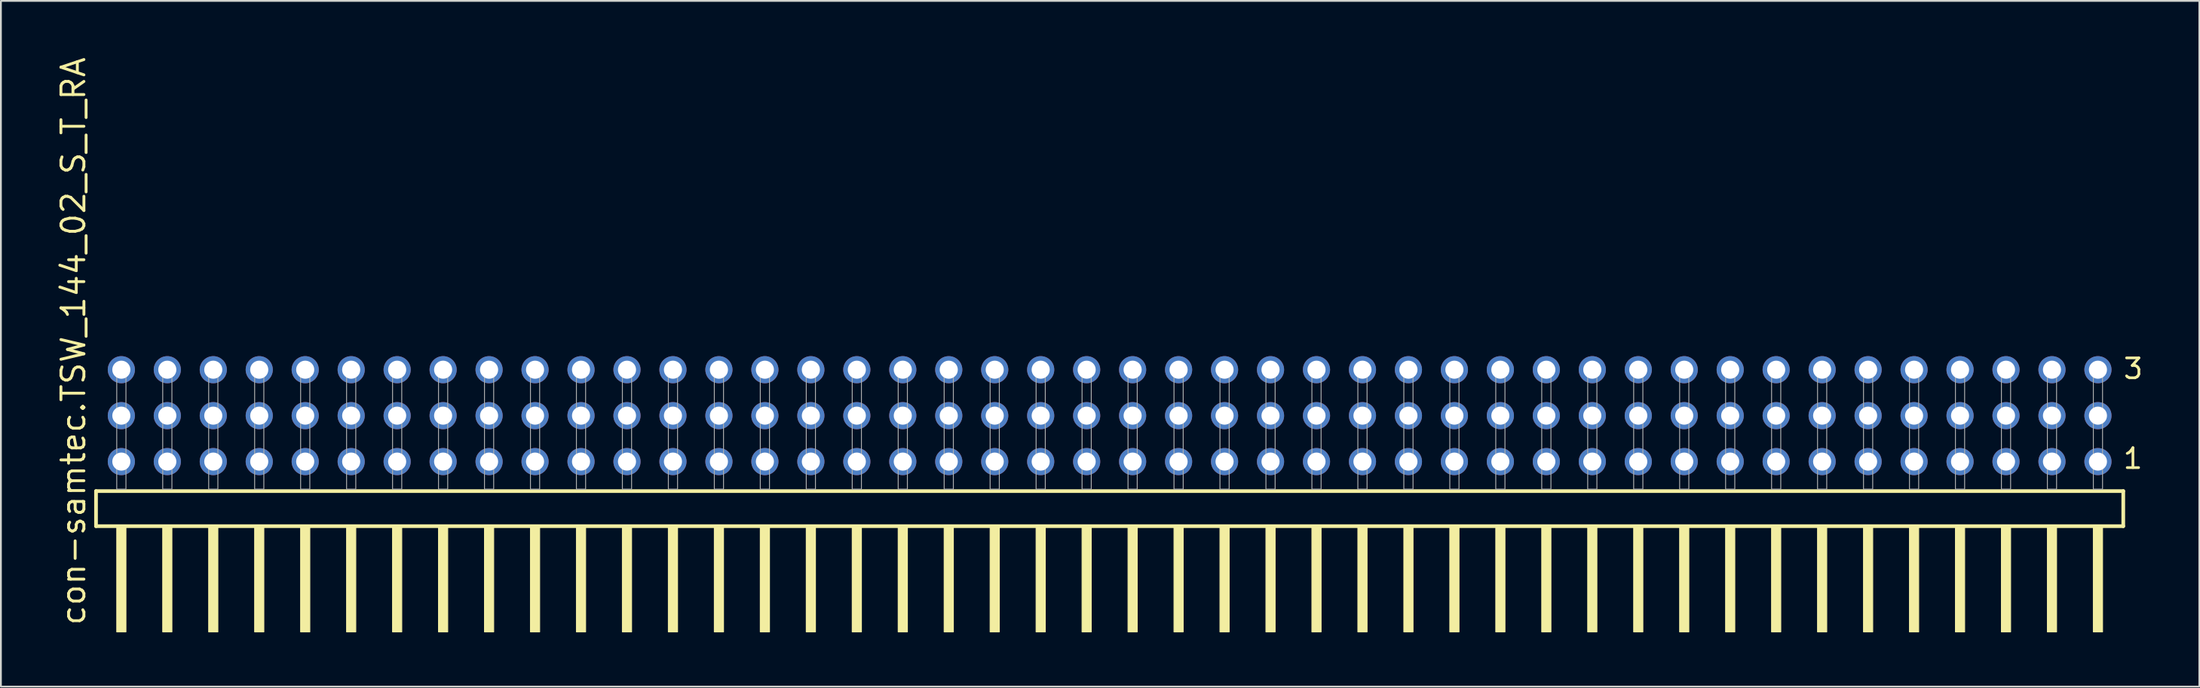
<source format=kicad_pcb>
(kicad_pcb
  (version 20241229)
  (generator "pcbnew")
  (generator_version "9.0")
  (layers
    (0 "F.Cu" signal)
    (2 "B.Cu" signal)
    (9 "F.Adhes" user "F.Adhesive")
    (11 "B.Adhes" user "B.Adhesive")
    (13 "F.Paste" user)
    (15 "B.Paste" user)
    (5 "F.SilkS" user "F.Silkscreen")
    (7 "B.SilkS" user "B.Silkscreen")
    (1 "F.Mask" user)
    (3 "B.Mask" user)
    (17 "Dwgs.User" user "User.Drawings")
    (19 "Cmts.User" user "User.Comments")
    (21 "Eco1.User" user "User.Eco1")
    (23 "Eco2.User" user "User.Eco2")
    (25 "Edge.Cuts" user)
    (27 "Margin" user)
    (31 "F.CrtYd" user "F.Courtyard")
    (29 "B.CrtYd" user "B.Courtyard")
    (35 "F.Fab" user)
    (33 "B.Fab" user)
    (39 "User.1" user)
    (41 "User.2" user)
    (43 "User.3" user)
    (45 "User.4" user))
  (footprint "con-samtec.TSW_144_02_S_T_RA"
    (layer "F.Cu")
    (at 58.265 23.993)
    (property "Reference" "con-samtec.TSW_144_02_S_T_RA" (at -56.515 7.62 90) (layer "F.SilkS") (effects (font (size 1.27 1.27) (thickness 0.16)) (justify left bottom)))
    (attr through_hole)
    (fp_line (start -56.009 0.106) (end -56.009 2.046) (stroke (width 0.203) (type default)) (layer "F.SilkS"))
    (fp_line (start -56.009 2.046) (end 56.009 2.046) (stroke (width 0.203) (type default)) (layer "F.SilkS"))
    (fp_line (start 56.009 0.106) (end -56.009 0.106) (stroke (width 0.203) (type default)) (layer "F.SilkS"))
    (fp_line (start 56.009 2.046) (end 56.009 0.106) (stroke (width 0.203) (type default)) (layer "F.SilkS"))
    (fp_rect (start -54.864 7.89) (end -54.356 2.04) (stroke (width 0.05) (type default)) (fill yes) (layer "F.SilkS"))
    (fp_rect (start -52.324 7.89) (end -51.816 2.04) (stroke (width 0.05) (type default)) (fill yes) (layer "F.SilkS"))
    (fp_rect (start -49.784 7.89) (end -49.276 2.04) (stroke (width 0.05) (type default)) (fill yes) (layer "F.SilkS"))
    (fp_rect (start -47.244 7.89) (end -46.736 2.04) (stroke (width 0.05) (type default)) (fill yes) (layer "F.SilkS"))
    (fp_rect (start -44.704 7.89) (end -44.196 2.04) (stroke (width 0.05) (type default)) (fill yes) (layer "F.SilkS"))
    (fp_rect (start -42.164 7.89) (end -41.656 2.04) (stroke (width 0.05) (type default)) (fill yes) (layer "F.SilkS"))
    (fp_rect (start -39.624 7.89) (end -39.116 2.04) (stroke (width 0.05) (type default)) (fill yes) (layer "F.SilkS"))
    (fp_rect (start -37.084 7.89) (end -36.576 2.04) (stroke (width 0.05) (type default)) (fill yes) (layer "F.SilkS"))
    (fp_rect (start -34.544 7.89) (end -34.036 2.04) (stroke (width 0.05) (type default)) (fill yes) (layer "F.SilkS"))
    (fp_rect (start -32.004 7.89) (end -31.496 2.04) (stroke (width 0.05) (type default)) (fill yes) (layer "F.SilkS"))
    (fp_rect (start -29.464 7.89) (end -28.956 2.04) (stroke (width 0.05) (type default)) (fill yes) (layer "F.SilkS"))
    (fp_rect (start -26.924 7.89) (end -26.416 2.04) (stroke (width 0.05) (type default)) (fill yes) (layer "F.SilkS"))
    (fp_rect (start -24.384 7.89) (end -23.876 2.04) (stroke (width 0.05) (type default)) (fill yes) (layer "F.SilkS"))
    (fp_rect (start -21.844 7.89) (end -21.336 2.04) (stroke (width 0.05) (type default)) (fill yes) (layer "F.SilkS"))
    (fp_rect (start -19.304 7.89) (end -18.796 2.04) (stroke (width 0.05) (type default)) (fill yes) (layer "F.SilkS"))
    (fp_rect (start -16.764 7.89) (end -16.256 2.04) (stroke (width 0.05) (type default)) (fill yes) (layer "F.SilkS"))
    (fp_rect (start -14.224 7.89) (end -13.716 2.04) (stroke (width 0.05) (type default)) (fill yes) (layer "F.SilkS"))
    (fp_rect (start -11.684 7.89) (end -11.176 2.04) (stroke (width 0.05) (type default)) (fill yes) (layer "F.SilkS"))
    (fp_rect (start -9.144 7.89) (end -8.636 2.04) (stroke (width 0.05) (type default)) (fill yes) (layer "F.SilkS"))
    (fp_rect (start -6.604 7.89) (end -6.096 2.04) (stroke (width 0.05) (type default)) (fill yes) (layer "F.SilkS"))
    (fp_rect (start -4.064 7.89) (end -3.556 2.04) (stroke (width 0.05) (type default)) (fill yes) (layer "F.SilkS"))
    (fp_rect (start -1.524 7.89) (end -1.016 2.04) (stroke (width 0.05) (type default)) (fill yes) (layer "F.SilkS"))
    (fp_rect (start 1.016 7.89) (end 1.524 2.04) (stroke (width 0.05) (type default)) (fill yes) (layer "F.SilkS"))
    (fp_rect (start 3.556 7.89) (end 4.064 2.04) (stroke (width 0.05) (type default)) (fill yes) (layer "F.SilkS"))
    (fp_rect (start 6.096 7.89) (end 6.604 2.04) (stroke (width 0.05) (type default)) (fill yes) (layer "F.SilkS"))
    (fp_rect (start 8.636 7.89) (end 9.144 2.04) (stroke (width 0.05) (type default)) (fill yes) (layer "F.SilkS"))
    (fp_rect (start 11.176 7.89) (end 11.684 2.04) (stroke (width 0.05) (type default)) (fill yes) (layer "F.SilkS"))
    (fp_rect (start 13.716 7.89) (end 14.224 2.04) (stroke (width 0.05) (type default)) (fill yes) (layer "F.SilkS"))
    (fp_rect (start 16.256 7.89) (end 16.764 2.04) (stroke (width 0.05) (type default)) (fill yes) (layer "F.SilkS"))
    (fp_rect (start 18.796 7.89) (end 19.304 2.04) (stroke (width 0.05) (type default)) (fill yes) (layer "F.SilkS"))
    (fp_rect (start 21.336 7.89) (end 21.844 2.04) (stroke (width 0.05) (type default)) (fill yes) (layer "F.SilkS"))
    (fp_rect (start 23.876 7.89) (end 24.384 2.04) (stroke (width 0.05) (type default)) (fill yes) (layer "F.SilkS"))
    (fp_rect (start 26.416 7.89) (end 26.924 2.04) (stroke (width 0.05) (type default)) (fill yes) (layer "F.SilkS"))
    (fp_rect (start 28.956 7.89) (end 29.464 2.04) (stroke (width 0.05) (type default)) (fill yes) (layer "F.SilkS"))
    (fp_rect (start 31.496 7.89) (end 32.004 2.04) (stroke (width 0.05) (type default)) (fill yes) (layer "F.SilkS"))
    (fp_rect (start 34.036 7.89) (end 34.544 2.04) (stroke (width 0.05) (type default)) (fill yes) (layer "F.SilkS"))
    (fp_rect (start 36.576 7.89) (end 37.084 2.04) (stroke (width 0.05) (type default)) (fill yes) (layer "F.SilkS"))
    (fp_rect (start 39.116 7.89) (end 39.624 2.04) (stroke (width 0.05) (type default)) (fill yes) (layer "F.SilkS"))
    (fp_rect (start 41.656 7.89) (end 42.164 2.04) (stroke (width 0.05) (type default)) (fill yes) (layer "F.SilkS"))
    (fp_rect (start 44.196 7.89) (end 44.704 2.04) (stroke (width 0.05) (type default)) (fill yes) (layer "F.SilkS"))
    (fp_rect (start 46.736 7.89) (end 47.244 2.04) (stroke (width 0.05) (type default)) (fill yes) (layer "F.SilkS"))
    (fp_rect (start 49.276 7.89) (end 49.784 2.04) (stroke (width 0.05) (type default)) (fill yes) (layer "F.SilkS"))
    (fp_rect (start 51.816 7.89) (end 52.324 2.04) (stroke (width 0.05) (type default)) (fill yes) (layer "F.SilkS"))
    (fp_rect (start 54.356 7.89) (end 54.864 2.04) (stroke (width 0.05) (type default)) (fill yes) (layer "F.SilkS"))
    (fp_rect (start -54.864 0) (end -54.356 -6.858) (stroke (width 0.05) (type default)) (fill no) (layer "F.Fab"))
    (fp_rect (start -52.324 0) (end -51.816 -6.858) (stroke (width 0.05) (type default)) (fill no) (layer "F.Fab"))
    (fp_rect (start -49.784 0) (end -49.276 -6.858) (stroke (width 0.05) (type default)) (fill no) (layer "F.Fab"))
    (fp_rect (start -47.244 0) (end -46.736 -6.858) (stroke (width 0.05) (type default)) (fill no) (layer "F.Fab"))
    (fp_rect (start -44.704 0) (end -44.196 -6.858) (stroke (width 0.05) (type default)) (fill no) (layer "F.Fab"))
    (fp_rect (start -42.164 0) (end -41.656 -6.858) (stroke (width 0.05) (type default)) (fill no) (layer "F.Fab"))
    (fp_rect (start -39.624 0) (end -39.116 -6.858) (stroke (width 0.05) (type default)) (fill no) (layer "F.Fab"))
    (fp_rect (start -37.084 0) (end -36.576 -6.858) (stroke (width 0.05) (type default)) (fill no) (layer "F.Fab"))
    (fp_rect (start -34.544 0) (end -34.036 -6.858) (stroke (width 0.05) (type default)) (fill no) (layer "F.Fab"))
    (fp_rect (start -32.004 0) (end -31.496 -6.858) (stroke (width 0.05) (type default)) (fill no) (layer "F.Fab"))
    (fp_rect (start -29.464 0) (end -28.956 -6.858) (stroke (width 0.05) (type default)) (fill no) (layer "F.Fab"))
    (fp_rect (start -26.924 0) (end -26.416 -6.858) (stroke (width 0.05) (type default)) (fill no) (layer "F.Fab"))
    (fp_rect (start -24.384 0) (end -23.876 -6.858) (stroke (width 0.05) (type default)) (fill no) (layer "F.Fab"))
    (fp_rect (start -21.844 0) (end -21.336 -6.858) (stroke (width 0.05) (type default)) (fill no) (layer "F.Fab"))
    (fp_rect (start -19.304 0) (end -18.796 -6.858) (stroke (width 0.05) (type default)) (fill no) (layer "F.Fab"))
    (fp_rect (start -16.764 0) (end -16.256 -6.858) (stroke (width 0.05) (type default)) (fill no) (layer "F.Fab"))
    (fp_rect (start -14.224 0) (end -13.716 -6.858) (stroke (width 0.05) (type default)) (fill no) (layer "F.Fab"))
    (fp_rect (start -11.684 0) (end -11.176 -6.858) (stroke (width 0.05) (type default)) (fill no) (layer "F.Fab"))
    (fp_rect (start -9.144 0) (end -8.636 -6.858) (stroke (width 0.05) (type default)) (fill no) (layer "F.Fab"))
    (fp_rect (start -6.604 0) (end -6.096 -6.858) (stroke (width 0.05) (type default)) (fill no) (layer "F.Fab"))
    (fp_rect (start -4.064 0) (end -3.556 -6.858) (stroke (width 0.05) (type default)) (fill no) (layer "F.Fab"))
    (fp_rect (start -1.524 0) (end -1.016 -6.858) (stroke (width 0.05) (type default)) (fill no) (layer "F.Fab"))
    (fp_rect (start 1.016 0) (end 1.524 -6.858) (stroke (width 0.05) (type default)) (fill no) (layer "F.Fab"))
    (fp_rect (start 3.556 0) (end 4.064 -6.858) (stroke (width 0.05) (type default)) (fill no) (layer "F.Fab"))
    (fp_rect (start 6.096 0) (end 6.604 -6.858) (stroke (width 0.05) (type default)) (fill no) (layer "F.Fab"))
    (fp_rect (start 8.636 0) (end 9.144 -6.858) (stroke (width 0.05) (type default)) (fill no) (layer "F.Fab"))
    (fp_rect (start 11.176 0) (end 11.684 -6.858) (stroke (width 0.05) (type default)) (fill no) (layer "F.Fab"))
    (fp_rect (start 13.716 0) (end 14.224 -6.858) (stroke (width 0.05) (type default)) (fill no) (layer "F.Fab"))
    (fp_rect (start 16.256 0) (end 16.764 -6.858) (stroke (width 0.05) (type default)) (fill no) (layer "F.Fab"))
    (fp_rect (start 18.796 0) (end 19.304 -6.858) (stroke (width 0.05) (type default)) (fill no) (layer "F.Fab"))
    (fp_rect (start 21.336 0) (end 21.844 -6.858) (stroke (width 0.05) (type default)) (fill no) (layer "F.Fab"))
    (fp_rect (start 23.876 0) (end 24.384 -6.858) (stroke (width 0.05) (type default)) (fill no) (layer "F.Fab"))
    (fp_rect (start 26.416 0) (end 26.924 -6.858) (stroke (width 0.05) (type default)) (fill no) (layer "F.Fab"))
    (fp_rect (start 28.956 0) (end 29.464 -6.858) (stroke (width 0.05) (type default)) (fill no) (layer "F.Fab"))
    (fp_rect (start 31.496 0) (end 32.004 -6.858) (stroke (width 0.05) (type default)) (fill no) (layer "F.Fab"))
    (fp_rect (start 34.036 0) (end 34.544 -6.858) (stroke (width 0.05) (type default)) (fill no) (layer "F.Fab"))
    (fp_rect (start 36.576 0) (end 37.084 -6.858) (stroke (width 0.05) (type default)) (fill no) (layer "F.Fab"))
    (fp_rect (start 39.116 0) (end 39.624 -6.858) (stroke (width 0.05) (type default)) (fill no) (layer "F.Fab"))
    (fp_rect (start 41.656 0) (end 42.164 -6.858) (stroke (width 0.05) (type default)) (fill no) (layer "F.Fab"))
    (fp_rect (start 44.196 0) (end 44.704 -6.858) (stroke (width 0.05) (type default)) (fill no) (layer "F.Fab"))
    (fp_rect (start 46.736 0) (end 47.244 -6.858) (stroke (width 0.05) (type default)) (fill no) (layer "F.Fab"))
    (fp_rect (start 49.276 0) (end 49.784 -6.858) (stroke (width 0.05) (type default)) (fill no) (layer "F.Fab"))
    (fp_rect (start 51.816 0) (end 52.324 -6.858) (stroke (width 0.05) (type default)) (fill no) (layer "F.Fab"))
    (fp_rect (start 54.356 0) (end 54.864 -6.858) (stroke (width 0.05) (type default)) (fill no) (layer "F.Fab"))
    (fp_text user "1" (at 55.92 -1.05 0) (layer "F.SilkS") (effects (font (size 1.1 1.1) (thickness 0.15)) (justify left bottom)))
    (fp_text user "3" (at 55.935 -6.015 0) (layer "F.SilkS") (effects (font (size 1.1 1.1) (thickness 0.15)) (justify left bottom)))
    (pad "1" thru_hole circle (at 54.61 -1.524 180) (size 1.5 1.5) (drill 1) (layers "*.Cu" "*.Mask"))
    (pad "2" thru_hole circle (at 54.61 -4.064 180) (size 1.5 1.5) (drill 1) (layers "*.Cu" "*.Mask"))
    (pad "3" thru_hole circle (at 54.61 -6.604 180) (size 1.5 1.5) (drill 1) (layers "*.Cu" "*.Mask"))
    (pad "4" thru_hole circle (at 52.07 -1.524 180) (size 1.5 1.5) (drill 1) (layers "*.Cu" "*.Mask"))
    (pad "5" thru_hole circle (at 52.07 -4.064 180) (size 1.5 1.5) (drill 1) (layers "*.Cu" "*.Mask"))
    (pad "6" thru_hole circle (at 52.07 -6.604 180) (size 1.5 1.5) (drill 1) (layers "*.Cu" "*.Mask"))
    (pad "7" thru_hole circle (at 49.53 -1.524 180) (size 1.5 1.5) (drill 1) (layers "*.Cu" "*.Mask"))
    (pad "8" thru_hole circle (at 49.53 -4.064 180) (size 1.5 1.5) (drill 1) (layers "*.Cu" "*.Mask"))
    (pad "9" thru_hole circle (at 49.53 -6.604 180) (size 1.5 1.5) (drill 1) (layers "*.Cu" "*.Mask"))
    (pad "10" thru_hole circle (at 46.99 -1.524 180) (size 1.5 1.5) (drill 1) (layers "*.Cu" "*.Mask"))
    (pad "11" thru_hole circle (at 46.99 -4.064 180) (size 1.5 1.5) (drill 1) (layers "*.Cu" "*.Mask"))
    (pad "12" thru_hole circle (at 46.99 -6.604 180) (size 1.5 1.5) (drill 1) (layers "*.Cu" "*.Mask"))
    (pad "13" thru_hole circle (at 44.45 -1.524 180) (size 1.5 1.5) (drill 1) (layers "*.Cu" "*.Mask"))
    (pad "14" thru_hole circle (at 44.45 -4.064 180) (size 1.5 1.5) (drill 1) (layers "*.Cu" "*.Mask"))
    (pad "15" thru_hole circle (at 44.45 -6.604 180) (size 1.5 1.5) (drill 1) (layers "*.Cu" "*.Mask"))
    (pad "16" thru_hole circle (at 41.91 -1.524 180) (size 1.5 1.5) (drill 1) (layers "*.Cu" "*.Mask"))
    (pad "17" thru_hole circle (at 41.91 -4.064 180) (size 1.5 1.5) (drill 1) (layers "*.Cu" "*.Mask"))
    (pad "18" thru_hole circle (at 41.91 -6.604 180) (size 1.5 1.5) (drill 1) (layers "*.Cu" "*.Mask"))
    (pad "19" thru_hole circle (at 39.37 -1.524 180) (size 1.5 1.5) (drill 1) (layers "*.Cu" "*.Mask"))
    (pad "20" thru_hole circle (at 39.37 -4.064 180) (size 1.5 1.5) (drill 1) (layers "*.Cu" "*.Mask"))
    (pad "21" thru_hole circle (at 39.37 -6.604 180) (size 1.5 1.5) (drill 1) (layers "*.Cu" "*.Mask"))
    (pad "22" thru_hole circle (at 36.83 -1.524 180) (size 1.5 1.5) (drill 1) (layers "*.Cu" "*.Mask"))
    (pad "23" thru_hole circle (at 36.83 -4.064 180) (size 1.5 1.5) (drill 1) (layers "*.Cu" "*.Mask"))
    (pad "24" thru_hole circle (at 36.83 -6.604 180) (size 1.5 1.5) (drill 1) (layers "*.Cu" "*.Mask"))
    (pad "25" thru_hole circle (at 34.29 -1.524 180) (size 1.5 1.5) (drill 1) (layers "*.Cu" "*.Mask"))
    (pad "26" thru_hole circle (at 34.29 -4.064 180) (size 1.5 1.5) (drill 1) (layers "*.Cu" "*.Mask"))
    (pad "27" thru_hole circle (at 34.29 -6.604 180) (size 1.5 1.5) (drill 1) (layers "*.Cu" "*.Mask"))
    (pad "28" thru_hole circle (at 31.75 -1.524 180) (size 1.5 1.5) (drill 1) (layers "*.Cu" "*.Mask"))
    (pad "29" thru_hole circle (at 31.75 -4.064 180) (size 1.5 1.5) (drill 1) (layers "*.Cu" "*.Mask"))
    (pad "30" thru_hole circle (at 31.75 -6.604 180) (size 1.5 1.5) (drill 1) (layers "*.Cu" "*.Mask"))
    (pad "31" thru_hole circle (at 29.21 -1.524 180) (size 1.5 1.5) (drill 1) (layers "*.Cu" "*.Mask"))
    (pad "32" thru_hole circle (at 29.21 -4.064 180) (size 1.5 1.5) (drill 1) (layers "*.Cu" "*.Mask"))
    (pad "33" thru_hole circle (at 29.21 -6.604 180) (size 1.5 1.5) (drill 1) (layers "*.Cu" "*.Mask"))
    (pad "34" thru_hole circle (at 26.67 -1.524 180) (size 1.5 1.5) (drill 1) (layers "*.Cu" "*.Mask"))
    (pad "35" thru_hole circle (at 26.67 -4.064 180) (size 1.5 1.5) (drill 1) (layers "*.Cu" "*.Mask"))
    (pad "36" thru_hole circle (at 26.67 -6.604 180) (size 1.5 1.5) (drill 1) (layers "*.Cu" "*.Mask"))
    (pad "37" thru_hole circle (at 24.13 -1.524 180) (size 1.5 1.5) (drill 1) (layers "*.Cu" "*.Mask"))
    (pad "38" thru_hole circle (at 24.13 -4.064 180) (size 1.5 1.5) (drill 1) (layers "*.Cu" "*.Mask"))
    (pad "39" thru_hole circle (at 24.13 -6.604 180) (size 1.5 1.5) (drill 1) (layers "*.Cu" "*.Mask"))
    (pad "40" thru_hole circle (at 21.59 -1.524 180) (size 1.5 1.5) (drill 1) (layers "*.Cu" "*.Mask"))
    (pad "41" thru_hole circle (at 21.59 -4.064 180) (size 1.5 1.5) (drill 1) (layers "*.Cu" "*.Mask"))
    (pad "42" thru_hole circle (at 21.59 -6.604 180) (size 1.5 1.5) (drill 1) (layers "*.Cu" "*.Mask"))
    (pad "43" thru_hole circle (at 19.05 -1.524 180) (size 1.5 1.5) (drill 1) (layers "*.Cu" "*.Mask"))
    (pad "44" thru_hole circle (at 19.05 -4.064 180) (size 1.5 1.5) (drill 1) (layers "*.Cu" "*.Mask"))
    (pad "45" thru_hole circle (at 19.05 -6.604 180) (size 1.5 1.5) (drill 1) (layers "*.Cu" "*.Mask"))
    (pad "46" thru_hole circle (at 16.51 -1.524 180) (size 1.5 1.5) (drill 1) (layers "*.Cu" "*.Mask"))
    (pad "47" thru_hole circle (at 16.51 -4.064 180) (size 1.5 1.5) (drill 1) (layers "*.Cu" "*.Mask"))
    (pad "48" thru_hole circle (at 16.51 -6.604 180) (size 1.5 1.5) (drill 1) (layers "*.Cu" "*.Mask"))
    (pad "49" thru_hole circle (at 13.97 -1.524 180) (size 1.5 1.5) (drill 1) (layers "*.Cu" "*.Mask"))
    (pad "50" thru_hole circle (at 13.97 -4.064 180) (size 1.5 1.5) (drill 1) (layers "*.Cu" "*.Mask"))
    (pad "51" thru_hole circle (at 13.97 -6.604 180) (size 1.5 1.5) (drill 1) (layers "*.Cu" "*.Mask"))
    (pad "52" thru_hole circle (at 11.43 -1.524 180) (size 1.5 1.5) (drill 1) (layers "*.Cu" "*.Mask"))
    (pad "53" thru_hole circle (at 11.43 -4.064 180) (size 1.5 1.5) (drill 1) (layers "*.Cu" "*.Mask"))
    (pad "54" thru_hole circle (at 11.43 -6.604 180) (size 1.5 1.5) (drill 1) (layers "*.Cu" "*.Mask"))
    (pad "55" thru_hole circle (at 8.89 -1.524 180) (size 1.5 1.5) (drill 1) (layers "*.Cu" "*.Mask"))
    (pad "56" thru_hole circle (at 8.89 -4.064 180) (size 1.5 1.5) (drill 1) (layers "*.Cu" "*.Mask"))
    (pad "57" thru_hole circle (at 8.89 -6.604 180) (size 1.5 1.5) (drill 1) (layers "*.Cu" "*.Mask"))
    (pad "58" thru_hole circle (at 6.35 -1.524 180) (size 1.5 1.5) (drill 1) (layers "*.Cu" "*.Mask"))
    (pad "59" thru_hole circle (at 6.35 -4.064 180) (size 1.5 1.5) (drill 1) (layers "*.Cu" "*.Mask"))
    (pad "60" thru_hole circle (at 6.35 -6.604 180) (size 1.5 1.5) (drill 1) (layers "*.Cu" "*.Mask"))
    (pad "61" thru_hole circle (at 3.81 -1.524 180) (size 1.5 1.5) (drill 1) (layers "*.Cu" "*.Mask"))
    (pad "62" thru_hole circle (at 3.81 -4.064 180) (size 1.5 1.5) (drill 1) (layers "*.Cu" "*.Mask"))
    (pad "63" thru_hole circle (at 3.81 -6.604 180) (size 1.5 1.5) (drill 1) (layers "*.Cu" "*.Mask"))
    (pad "64" thru_hole circle (at 1.27 -1.524 180) (size 1.5 1.5) (drill 1) (layers "*.Cu" "*.Mask"))
    (pad "65" thru_hole circle (at 1.27 -4.064 180) (size 1.5 1.5) (drill 1) (layers "*.Cu" "*.Mask"))
    (pad "66" thru_hole circle (at 1.27 -6.604 180) (size 1.5 1.5) (drill 1) (layers "*.Cu" "*.Mask"))
    (pad "67" thru_hole circle (at -1.27 -1.524 180) (size 1.5 1.5) (drill 1) (layers "*.Cu" "*.Mask"))
    (pad "68" thru_hole circle (at -1.27 -4.064 180) (size 1.5 1.5) (drill 1) (layers "*.Cu" "*.Mask"))
    (pad "69" thru_hole circle (at -1.27 -6.604 180) (size 1.5 1.5) (drill 1) (layers "*.Cu" "*.Mask"))
    (pad "70" thru_hole circle (at -3.81 -1.524 180) (size 1.5 1.5) (drill 1) (layers "*.Cu" "*.Mask"))
    (pad "71" thru_hole circle (at -3.81 -4.064 180) (size 1.5 1.5) (drill 1) (layers "*.Cu" "*.Mask"))
    (pad "72" thru_hole circle (at -3.81 -6.604 180) (size 1.5 1.5) (drill 1) (layers "*.Cu" "*.Mask"))
    (pad "73" thru_hole circle (at -6.35 -1.524 180) (size 1.5 1.5) (drill 1) (layers "*.Cu" "*.Mask"))
    (pad "74" thru_hole circle (at -6.35 -4.064 180) (size 1.5 1.5) (drill 1) (layers "*.Cu" "*.Mask"))
    (pad "75" thru_hole circle (at -6.35 -6.604 180) (size 1.5 1.5) (drill 1) (layers "*.Cu" "*.Mask"))
    (pad "76" thru_hole circle (at -8.89 -1.524 180) (size 1.5 1.5) (drill 1) (layers "*.Cu" "*.Mask"))
    (pad "77" thru_hole circle (at -8.89 -4.064 180) (size 1.5 1.5) (drill 1) (layers "*.Cu" "*.Mask"))
    (pad "78" thru_hole circle (at -8.89 -6.604 180) (size 1.5 1.5) (drill 1) (layers "*.Cu" "*.Mask"))
    (pad "79" thru_hole circle (at -11.43 -1.524 180) (size 1.5 1.5) (drill 1) (layers "*.Cu" "*.Mask"))
    (pad "80" thru_hole circle (at -11.43 -4.064 180) (size 1.5 1.5) (drill 1) (layers "*.Cu" "*.Mask"))
    (pad "81" thru_hole circle (at -11.43 -6.604 180) (size 1.5 1.5) (drill 1) (layers "*.Cu" "*.Mask"))
    (pad "82" thru_hole circle (at -13.97 -1.524 180) (size 1.5 1.5) (drill 1) (layers "*.Cu" "*.Mask"))
    (pad "83" thru_hole circle (at -13.97 -4.064 180) (size 1.5 1.5) (drill 1) (layers "*.Cu" "*.Mask"))
    (pad "84" thru_hole circle (at -13.97 -6.604 180) (size 1.5 1.5) (drill 1) (layers "*.Cu" "*.Mask"))
    (pad "85" thru_hole circle (at -16.51 -1.524 180) (size 1.5 1.5) (drill 1) (layers "*.Cu" "*.Mask"))
    (pad "86" thru_hole circle (at -16.51 -4.064 180) (size 1.5 1.5) (drill 1) (layers "*.Cu" "*.Mask"))
    (pad "87" thru_hole circle (at -16.51 -6.604 180) (size 1.5 1.5) (drill 1) (layers "*.Cu" "*.Mask"))
    (pad "88" thru_hole circle (at -19.05 -1.524 180) (size 1.5 1.5) (drill 1) (layers "*.Cu" "*.Mask"))
    (pad "89" thru_hole circle (at -19.05 -4.064 180) (size 1.5 1.5) (drill 1) (layers "*.Cu" "*.Mask"))
    (pad "90" thru_hole circle (at -19.05 -6.604 180) (size 1.5 1.5) (drill 1) (layers "*.Cu" "*.Mask"))
    (pad "91" thru_hole circle (at -21.59 -1.524 180) (size 1.5 1.5) (drill 1) (layers "*.Cu" "*.Mask"))
    (pad "92" thru_hole circle (at -21.59 -4.064 180) (size 1.5 1.5) (drill 1) (layers "*.Cu" "*.Mask"))
    (pad "93" thru_hole circle (at -21.59 -6.604 180) (size 1.5 1.5) (drill 1) (layers "*.Cu" "*.Mask"))
    (pad "94" thru_hole circle (at -24.13 -1.524 180) (size 1.5 1.5) (drill 1) (layers "*.Cu" "*.Mask"))
    (pad "95" thru_hole circle (at -24.13 -4.064 180) (size 1.5 1.5) (drill 1) (layers "*.Cu" "*.Mask"))
    (pad "96" thru_hole circle (at -24.13 -6.604 180) (size 1.5 1.5) (drill 1) (layers "*.Cu" "*.Mask"))
    (pad "97" thru_hole circle (at -26.67 -1.524 180) (size 1.5 1.5) (drill 1) (layers "*.Cu" "*.Mask"))
    (pad "98" thru_hole circle (at -26.67 -4.064 180) (size 1.5 1.5) (drill 1) (layers "*.Cu" "*.Mask"))
    (pad "99" thru_hole circle (at -26.67 -6.604 180) (size 1.5 1.5) (drill 1) (layers "*.Cu" "*.Mask"))
    (pad "100" thru_hole circle (at -29.21 -1.524 180) (size 1.5 1.5) (drill 1) (layers "*.Cu" "*.Mask"))
    (pad "101" thru_hole circle (at -29.21 -4.064 180) (size 1.5 1.5) (drill 1) (layers "*.Cu" "*.Mask"))
    (pad "102" thru_hole circle (at -29.21 -6.604 180) (size 1.5 1.5) (drill 1) (layers "*.Cu" "*.Mask"))
    (pad "103" thru_hole circle (at -31.75 -1.524 180) (size 1.5 1.5) (drill 1) (layers "*.Cu" "*.Mask"))
    (pad "104" thru_hole circle (at -31.75 -4.064 180) (size 1.5 1.5) (drill 1) (layers "*.Cu" "*.Mask"))
    (pad "105" thru_hole circle (at -31.75 -6.604 180) (size 1.5 1.5) (drill 1) (layers "*.Cu" "*.Mask"))
    (pad "106" thru_hole circle (at -34.29 -1.524 180) (size 1.5 1.5) (drill 1) (layers "*.Cu" "*.Mask"))
    (pad "107" thru_hole circle (at -34.29 -4.064 180) (size 1.5 1.5) (drill 1) (layers "*.Cu" "*.Mask"))
    (pad "108" thru_hole circle (at -34.29 -6.604 180) (size 1.5 1.5) (drill 1) (layers "*.Cu" "*.Mask"))
    (pad "109" thru_hole circle (at -36.83 -1.524 180) (size 1.5 1.5) (drill 1) (layers "*.Cu" "*.Mask"))
    (pad "110" thru_hole circle (at -36.83 -4.064 180) (size 1.5 1.5) (drill 1) (layers "*.Cu" "*.Mask"))
    (pad "111" thru_hole circle (at -36.83 -6.604 180) (size 1.5 1.5) (drill 1) (layers "*.Cu" "*.Mask"))
    (pad "112" thru_hole circle (at -39.37 -1.524 180) (size 1.5 1.5) (drill 1) (layers "*.Cu" "*.Mask"))
    (pad "113" thru_hole circle (at -39.37 -4.064 180) (size 1.5 1.5) (drill 1) (layers "*.Cu" "*.Mask"))
    (pad "114" thru_hole circle (at -39.37 -6.604 180) (size 1.5 1.5) (drill 1) (layers "*.Cu" "*.Mask"))
    (pad "115" thru_hole circle (at -41.91 -1.524 180) (size 1.5 1.5) (drill 1) (layers "*.Cu" "*.Mask"))
    (pad "116" thru_hole circle (at -41.91 -4.064 180) (size 1.5 1.5) (drill 1) (layers "*.Cu" "*.Mask"))
    (pad "117" thru_hole circle (at -41.91 -6.604 180) (size 1.5 1.5) (drill 1) (layers "*.Cu" "*.Mask"))
    (pad "118" thru_hole circle (at -44.45 -1.524 180) (size 1.5 1.5) (drill 1) (layers "*.Cu" "*.Mask"))
    (pad "119" thru_hole circle (at -44.45 -4.064 180) (size 1.5 1.5) (drill 1) (layers "*.Cu" "*.Mask"))
    (pad "120" thru_hole circle (at -44.45 -6.604 180) (size 1.5 1.5) (drill 1) (layers "*.Cu" "*.Mask"))
    (pad "121" thru_hole circle (at -46.99 -1.524 180) (size 1.5 1.5) (drill 1) (layers "*.Cu" "*.Mask"))
    (pad "122" thru_hole circle (at -46.99 -4.064 180) (size 1.5 1.5) (drill 1) (layers "*.Cu" "*.Mask"))
    (pad "123" thru_hole circle (at -46.99 -6.604 180) (size 1.5 1.5) (drill 1) (layers "*.Cu" "*.Mask"))
    (pad "124" thru_hole circle (at -49.53 -1.524 180) (size 1.5 1.5) (drill 1) (layers "*.Cu" "*.Mask"))
    (pad "125" thru_hole circle (at -49.53 -4.064 180) (size 1.5 1.5) (drill 1) (layers "*.Cu" "*.Mask"))
    (pad "126" thru_hole circle (at -49.53 -6.604 180) (size 1.5 1.5) (drill 1) (layers "*.Cu" "*.Mask"))
    (pad "127" thru_hole circle (at -52.07 -1.524 180) (size 1.5 1.5) (drill 1) (layers "*.Cu" "*.Mask"))
    (pad "128" thru_hole circle (at -52.07 -4.064 180) (size 1.5 1.5) (drill 1) (layers "*.Cu" "*.Mask"))
    (pad "129" thru_hole circle (at -52.07 -6.604 180) (size 1.5 1.5) (drill 1) (layers "*.Cu" "*.Mask"))
    (pad "130" thru_hole circle (at -54.61 -1.524 180) (size 1.5 1.5) (drill 1) (layers "*.Cu" "*.Mask"))
    (pad "131" thru_hole circle (at -54.61 -4.064 180) (size 1.5 1.5) (drill 1) (layers "*.Cu" "*.Mask"))
    (pad "132" thru_hole circle (at -54.61 -6.604 180) (size 1.5 1.5) (drill 1) (layers "*.Cu" "*.Mask")))
  (gr_rect
    (start -3 -3)
    (end 118.478 34.908)
    (stroke (width 0.1) (type default))
    (fill no)
    (layer "Edge.Cuts")))
</source>
